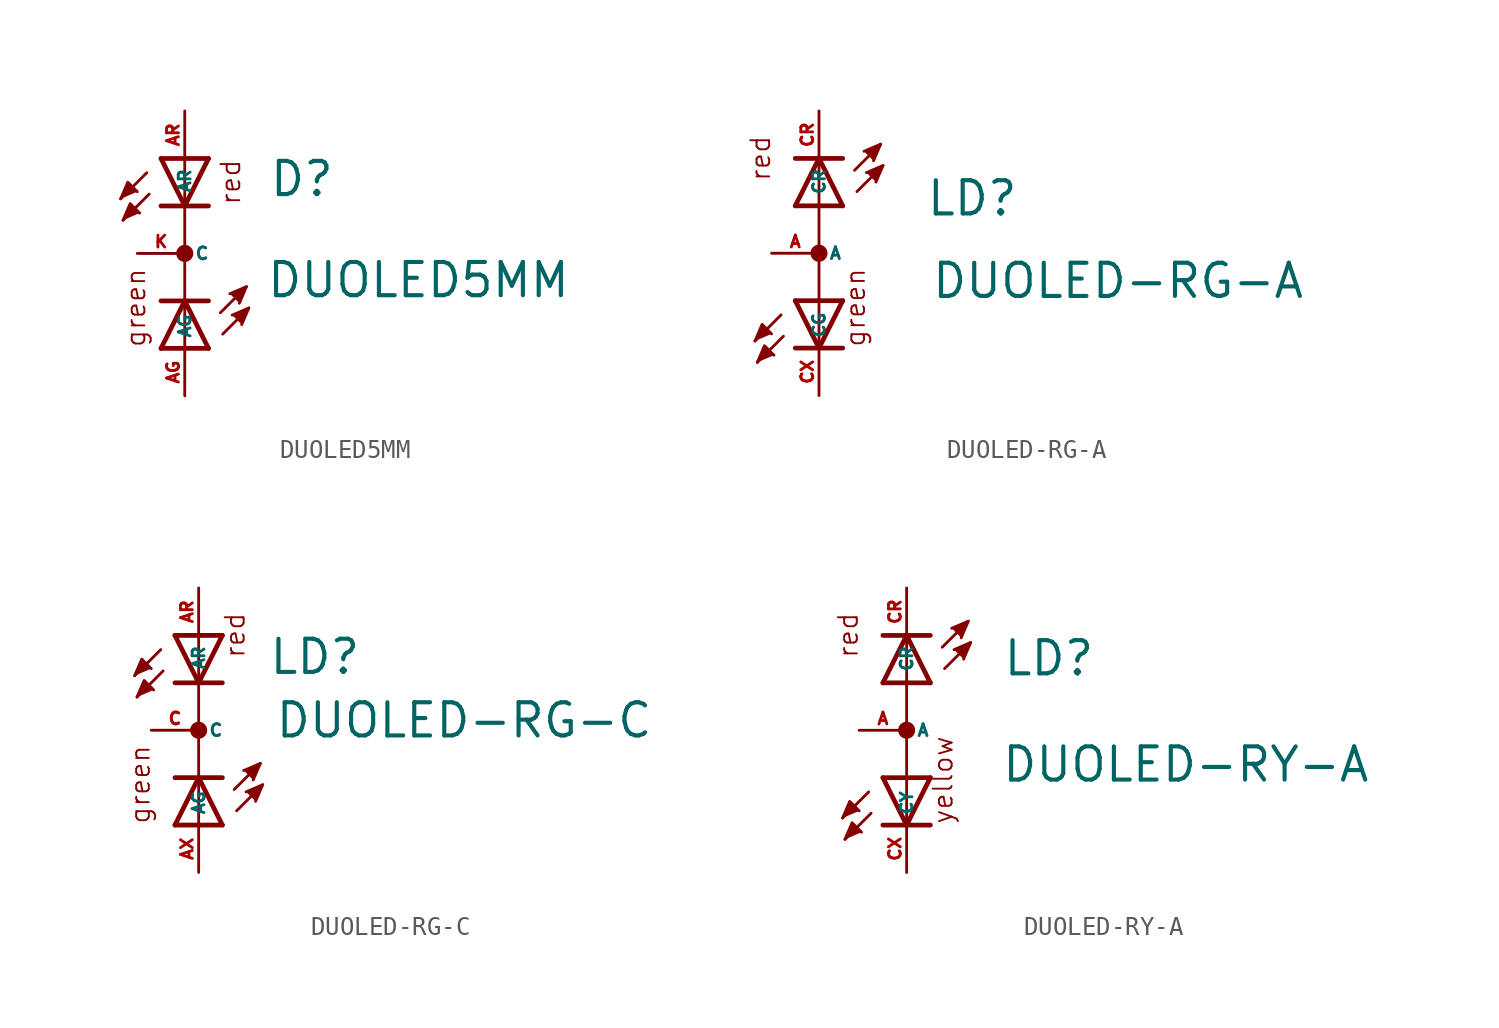
<source format=kicad_sym>
(kicad_symbol_lib
  (version 20220914)
  (generator kicad_symbol_editor)
  (symbol "DUOLED5MM"
    (property "Reference" "D"
      (at 4.47 2.946 0)
      (effects (font (size 1.778 1.778) (thickness 0.22)) (justify left bottom)))
    (property "Value" "DUOLED5MM"
      (at 4.318 -2.464 0)
      (effects (font (size 1.778 1.778) (thickness 0.22)) (justify left bottom)))
    (symbol "DUOLED5MM_1_1"
      (polyline (pts (xy -2.032 4.318) (xy -3.429 2.921)) (stroke (width 0.152) (type default)) (fill (type none)))
      (polyline (pts (xy -1.905 3.175) (xy -3.302 1.778)) (stroke (width 0.152) (type default)) (fill (type none)))
      (polyline (pts (xy -1.27 -5.08) (xy 0 -5.08)) (stroke (width 0.254) (type default)) (fill (type none)))
      (polyline (pts (xy -1.27 -5.08) (xy 0 -2.54)) (stroke (width 0.254) (type default)) (fill (type none)))
      (polyline (pts (xy -1.27 -2.54) (xy 0 -2.54)) (stroke (width 0.254) (type default)) (fill (type none)))
      (polyline (pts (xy 0 -5.08) (xy 0 -2.54)) (stroke (width 0.152) (type default)) (fill (type none)))
      (polyline (pts (xy 0 -5.08) (xy 1.27 -5.08)) (stroke (width 0.254) (type default)) (fill (type none)))
      (polyline (pts (xy 0 -2.54) (xy 1.27 -5.08)) (stroke (width 0.254) (type default)) (fill (type none)))
      (polyline (pts (xy 0 -2.54) (xy 1.27 -2.54)) (stroke (width 0.254) (type default)) (fill (type none)))
      (polyline (pts (xy 0 2.54) (xy -1.27 2.54)) (stroke (width 0.254) (type default)) (fill (type none)))
      (polyline (pts (xy 0 2.54) (xy -1.27 5.08)) (stroke (width 0.254) (type default)) (fill (type none)))
      (polyline (pts (xy 0 2.54) (xy 0 -2.54)) (stroke (width 0.152) (type default)) (fill (type none)))
      (polyline (pts (xy 0 5.08) (xy -1.27 5.08)) (stroke (width 0.254) (type default)) (fill (type none)))
      (polyline (pts (xy 0 5.08) (xy 0 2.54)) (stroke (width 0.152) (type default)) (fill (type none)))
      (polyline (pts (xy 1.27 2.54) (xy 0 2.54)) (stroke (width 0.254) (type default)) (fill (type none)))
      (polyline (pts (xy 1.27 5.08) (xy 0 2.54)) (stroke (width 0.254) (type default)) (fill (type none)))
      (polyline (pts (xy 1.27 5.08) (xy 0 5.08)) (stroke (width 0.254) (type default)) (fill (type none)))
      (polyline (pts (xy 1.905 -3.175) (xy 3.302 -1.778)) (stroke (width 0.152) (type default)) (fill (type none)))
      (polyline (pts (xy 2.032 -4.318) (xy 3.429 -2.921)) (stroke (width 0.152) (type default)) (fill (type none)))
      (polyline (pts (xy -3.429 2.921) (xy -3.048 3.81) (xy -2.54 3.302)) (stroke (width 0.152) (type default)) (fill (type outline)))
      (polyline (pts (xy -3.302 1.778) (xy -2.921 2.667) (xy -2.413 2.159)) (stroke (width 0.152) (type default)) (fill (type outline)))
      (polyline (pts (xy 2.413 -2.159) (xy 3.302 -1.778) (xy 2.921 -2.667)) (stroke (width 0.152) (type default)) (fill (type outline)))
      (polyline (pts (xy 2.54 -3.302) (xy 3.429 -2.921) (xy 3.048 -3.81)) (stroke (width 0.152) (type default)) (fill (type outline)))
      (circle (center 0 0) (radius 0.254) (stroke (width 0.406) (type default)) (fill (type none)))
      (text "green" (at -2.032 -5.08 900) (effects (font (size 1.016 1.016) (thickness 0.1)) (justify left bottom)))
      (text "red" (at 3.048 2.54 900) (effects (font (size 1.016 1.016) (thickness 0.1)) (justify left bottom)))
      (pin passive line (at 0 -7.62 90) (length 2.54) (name "AG" (effects (font (size 0.635 0.635)))) (number "AG" (effects (font (size 0.635 0.635)))))
      (pin passive line (at 0 7.62 270) (length 2.54) (name "AR" (effects (font (size 0.635 0.635)))) (number "AR" (effects (font (size 0.635 0.635)))))
      (pin passive line (at -2.54 0 0) (length 2.54) (name "C" (effects (font (size 0.635 0.635)))) (number "K" (effects (font (size 0.635 0.635)))))))
  (symbol "DUOLED-RG-A"
    (property "Reference" "LD"
      (at 5.69 1.905 0)
      (effects (font (size 1.778 1.778) (thickness 0.22)) (justify left bottom)))
    (property "Value" "DUOLED-RG-A"
      (at 5.969 -2.515 0)
      (effects (font (size 1.778 1.778) (thickness 0.22)) (justify left bottom)))
    (symbol "DUOLED-RG-A_1_1"
      (polyline (pts (xy -2.032 -3.302) (xy -3.429 -4.699)) (stroke (width 0.152) (type default)) (fill (type none)))
      (polyline (pts (xy -1.905 -4.445) (xy -3.302 -5.842)) (stroke (width 0.152) (type default)) (fill (type none)))
      (polyline (pts (xy -1.27 2.54) (xy 0 5.08)) (stroke (width 0.254) (type default)) (fill (type none)))
      (polyline (pts (xy -1.27 2.54) (xy 1.27 2.54)) (stroke (width 0.254) (type default)) (fill (type none)))
      (polyline (pts (xy -1.27 5.08) (xy 0 5.08)) (stroke (width 0.254) (type default)) (fill (type none)))
      (polyline (pts (xy 0 -5.08) (xy -1.27 -5.08)) (stroke (width 0.254) (type default)) (fill (type none)))
      (polyline (pts (xy 0 -5.08) (xy -1.27 -2.54)) (stroke (width 0.254) (type default)) (fill (type none)))
      (polyline (pts (xy 0 -5.08) (xy 0 -2.54)) (stroke (width 0.152) (type default)) (fill (type none)))
      (polyline (pts (xy 0 -2.54) (xy -1.27 -2.54)) (stroke (width 0.254) (type default)) (fill (type none)))
      (polyline (pts (xy 0 5.08) (xy 0 -2.54)) (stroke (width 0.152) (type default)) (fill (type none)))
      (polyline (pts (xy 0 5.08) (xy 1.27 2.54)) (stroke (width 0.254) (type default)) (fill (type none)))
      (polyline (pts (xy 0 5.08) (xy 1.27 5.08)) (stroke (width 0.254) (type default)) (fill (type none)))
      (polyline (pts (xy 1.27 -5.08) (xy 0 -5.08)) (stroke (width 0.254) (type default)) (fill (type none)))
      (polyline (pts (xy 1.27 -2.54) (xy 0 -5.08)) (stroke (width 0.254) (type default)) (fill (type none)))
      (polyline (pts (xy 1.27 -2.54) (xy 0 -2.54)) (stroke (width 0.254) (type default)) (fill (type none)))
      (polyline (pts (xy 1.905 4.445) (xy 3.302 5.842)) (stroke (width 0.152) (type default)) (fill (type none)))
      (polyline (pts (xy 2.032 3.302) (xy 3.429 4.699)) (stroke (width 0.152) (type default)) (fill (type none)))
      (polyline (pts (xy -3.429 -4.699) (xy -3.048 -3.81) (xy -2.54 -4.318)) (stroke (width 0.152) (type default)) (fill (type outline)))
      (polyline (pts (xy -3.302 -5.842) (xy -2.921 -4.953) (xy -2.413 -5.461)) (stroke (width 0.152) (type default)) (fill (type outline)))
      (polyline (pts (xy 2.413 5.461) (xy 3.302 5.842) (xy 2.921 4.953)) (stroke (width 0.152) (type default)) (fill (type outline)))
      (polyline (pts (xy 2.54 4.318) (xy 3.429 4.699) (xy 3.048 3.81)) (stroke (width 0.152) (type default)) (fill (type outline)))
      (circle (center 0 0) (radius 0.254) (stroke (width 0.406) (type default)) (fill (type none)))
      (text "green" (at 2.54 -5.08 900) (effects (font (size 1.016 1.016) (thickness 0.1)) (justify left bottom)))
      (text "red" (at -2.54 3.81 900) (effects (font (size 1.016 1.016) (thickness 0.1)) (justify left bottom)))
      (pin passive line (at -2.54 0 0) (length 2.54) (name "A" (effects (font (size 0.635 0.635)))) (number "A" (effects (font (size 0.635 0.635)))))
      (pin passive line (at 0 7.62 270) (length 2.54) (name "CR" (effects (font (size 0.635 0.635)))) (number "CR" (effects (font (size 0.635 0.635)))))
      (pin passive line (at 0 -7.62 90) (length 2.54) (name "CG" (effects (font (size 0.635 0.635)))) (number "CX" (effects (font (size 0.635 0.635)))))))
  (symbol "DUOLED-RG-C"
    (property "Reference" "LD"
      (at 3.708 2.896 0)
      (effects (font (size 1.778 1.778) (thickness 0.22)) (justify left bottom)))
    (property "Value" "DUOLED-RG-C"
      (at 4.039 -0.508 0)
      (effects (font (size 1.778 1.778) (thickness 0.22)) (justify left bottom)))
    (symbol "DUOLED-RG-C_1_1"
      (polyline (pts (xy -2.032 4.318) (xy -3.429 2.921)) (stroke (width 0.152) (type default)) (fill (type none)))
      (polyline (pts (xy -1.905 3.175) (xy -3.302 1.778)) (stroke (width 0.152) (type default)) (fill (type none)))
      (polyline (pts (xy -1.27 -5.08) (xy 0 -5.08)) (stroke (width 0.254) (type default)) (fill (type none)))
      (polyline (pts (xy -1.27 -5.08) (xy 0 -2.54)) (stroke (width 0.254) (type default)) (fill (type none)))
      (polyline (pts (xy -1.27 -2.54) (xy 0 -2.54)) (stroke (width 0.254) (type default)) (fill (type none)))
      (polyline (pts (xy 0 -5.08) (xy 0 -2.54)) (stroke (width 0.152) (type default)) (fill (type none)))
      (polyline (pts (xy 0 -5.08) (xy 1.27 -5.08)) (stroke (width 0.254) (type default)) (fill (type none)))
      (polyline (pts (xy 0 -2.54) (xy 1.27 -5.08)) (stroke (width 0.254) (type default)) (fill (type none)))
      (polyline (pts (xy 0 -2.54) (xy 1.27 -2.54)) (stroke (width 0.254) (type default)) (fill (type none)))
      (polyline (pts (xy 0 2.54) (xy -1.27 2.54)) (stroke (width 0.254) (type default)) (fill (type none)))
      (polyline (pts (xy 0 2.54) (xy -1.27 5.08)) (stroke (width 0.254) (type default)) (fill (type none)))
      (polyline (pts (xy 0 2.54) (xy 0 -2.54)) (stroke (width 0.152) (type default)) (fill (type none)))
      (polyline (pts (xy 0 5.08) (xy -1.27 5.08)) (stroke (width 0.254) (type default)) (fill (type none)))
      (polyline (pts (xy 0 5.08) (xy 0 2.54)) (stroke (width 0.152) (type default)) (fill (type none)))
      (polyline (pts (xy 1.27 2.54) (xy 0 2.54)) (stroke (width 0.254) (type default)) (fill (type none)))
      (polyline (pts (xy 1.27 5.08) (xy 0 2.54)) (stroke (width 0.254) (type default)) (fill (type none)))
      (polyline (pts (xy 1.27 5.08) (xy 0 5.08)) (stroke (width 0.254) (type default)) (fill (type none)))
      (polyline (pts (xy 1.905 -3.175) (xy 3.302 -1.778)) (stroke (width 0.152) (type default)) (fill (type none)))
      (polyline (pts (xy 2.032 -4.318) (xy 3.429 -2.921)) (stroke (width 0.152) (type default)) (fill (type none)))
      (polyline (pts (xy -3.429 2.921) (xy -3.048 3.81) (xy -2.54 3.302)) (stroke (width 0.152) (type default)) (fill (type outline)))
      (polyline (pts (xy -3.302 1.778) (xy -2.921 2.667) (xy -2.413 2.159)) (stroke (width 0.152) (type default)) (fill (type outline)))
      (polyline (pts (xy 2.413 -2.159) (xy 3.302 -1.778) (xy 2.921 -2.667)) (stroke (width 0.152) (type default)) (fill (type outline)))
      (polyline (pts (xy 2.54 -3.302) (xy 3.429 -2.921) (xy 3.048 -3.81)) (stroke (width 0.152) (type default)) (fill (type outline)))
      (circle (center 0 0) (radius 0.254) (stroke (width 0.406) (type default)) (fill (type none)))
      (text "green" (at -2.54 -5.08 900) (effects (font (size 1.016 1.016) (thickness 0.1)) (justify left bottom)))
      (text "red" (at 2.54 3.81 900) (effects (font (size 1.016 1.016) (thickness 0.1)) (justify left bottom)))
      (pin passive line (at 0 7.62 270) (length 2.54) (name "AR" (effects (font (size 0.635 0.635)))) (number "AR" (effects (font (size 0.635 0.635)))))
      (pin passive line (at 0 -7.62 90) (length 2.54) (name "AG" (effects (font (size 0.635 0.635)))) (number "AX" (effects (font (size 0.635 0.635)))))
      (pin passive line (at -2.54 0 0) (length 2.54) (name "C" (effects (font (size 0.635 0.635)))) (number "C" (effects (font (size 0.635 0.635)))))))
  (symbol "DUOLED-RY-A"
    (property "Reference" "LD"
      (at 5.105 2.819 0)
      (effects (font (size 1.778 1.778) (thickness 0.22)) (justify left bottom)))
    (property "Value" "DUOLED-RY-A"
      (at 5.029 -2.87 0)
      (effects (font (size 1.778 1.778) (thickness 0.22)) (justify left bottom)))
    (symbol "DUOLED-RY-A_1_1"
      (polyline (pts (xy -2.032 -3.302) (xy -3.429 -4.699)) (stroke (width 0.152) (type default)) (fill (type none)))
      (polyline (pts (xy -1.905 -4.445) (xy -3.302 -5.842)) (stroke (width 0.152) (type default)) (fill (type none)))
      (polyline (pts (xy -1.27 2.54) (xy 0 5.08)) (stroke (width 0.254) (type default)) (fill (type none)))
      (polyline (pts (xy -1.27 2.54) (xy 1.27 2.54)) (stroke (width 0.254) (type default)) (fill (type none)))
      (polyline (pts (xy -1.27 5.08) (xy 0 5.08)) (stroke (width 0.254) (type default)) (fill (type none)))
      (polyline (pts (xy 0 -5.08) (xy -1.27 -5.08)) (stroke (width 0.254) (type default)) (fill (type none)))
      (polyline (pts (xy 0 -5.08) (xy -1.27 -2.54)) (stroke (width 0.254) (type default)) (fill (type none)))
      (polyline (pts (xy 0 -5.08) (xy 0 -2.54)) (stroke (width 0.152) (type default)) (fill (type none)))
      (polyline (pts (xy 0 -2.54) (xy -1.27 -2.54)) (stroke (width 0.254) (type default)) (fill (type none)))
      (polyline (pts (xy 0 5.08) (xy 0 -2.54)) (stroke (width 0.152) (type default)) (fill (type none)))
      (polyline (pts (xy 0 5.08) (xy 1.27 2.54)) (stroke (width 0.254) (type default)) (fill (type none)))
      (polyline (pts (xy 0 5.08) (xy 1.27 5.08)) (stroke (width 0.254) (type default)) (fill (type none)))
      (polyline (pts (xy 1.27 -5.08) (xy 0 -5.08)) (stroke (width 0.254) (type default)) (fill (type none)))
      (polyline (pts (xy 1.27 -2.54) (xy 0 -5.08)) (stroke (width 0.254) (type default)) (fill (type none)))
      (polyline (pts (xy 1.27 -2.54) (xy 0 -2.54)) (stroke (width 0.254) (type default)) (fill (type none)))
      (polyline (pts (xy 1.905 4.445) (xy 3.302 5.842)) (stroke (width 0.152) (type default)) (fill (type none)))
      (polyline (pts (xy 2.032 3.302) (xy 3.429 4.699)) (stroke (width 0.152) (type default)) (fill (type none)))
      (polyline (pts (xy -3.429 -4.699) (xy -3.048 -3.81) (xy -2.54 -4.318)) (stroke (width 0.152) (type default)) (fill (type outline)))
      (polyline (pts (xy -3.302 -5.842) (xy -2.921 -4.953) (xy -2.413 -5.461)) (stroke (width 0.152) (type default)) (fill (type outline)))
      (polyline (pts (xy 2.413 5.461) (xy 3.302 5.842) (xy 2.921 4.953)) (stroke (width 0.152) (type default)) (fill (type outline)))
      (polyline (pts (xy 2.54 4.318) (xy 3.429 4.699) (xy 3.048 3.81)) (stroke (width 0.152) (type default)) (fill (type outline)))
      (circle (center 0 0) (radius 0.254) (stroke (width 0.406) (type default)) (fill (type none)))
      (text "red" (at -2.54 3.81 900) (effects (font (size 1.016 1.016) (thickness 0.1)) (justify left bottom)))
      (text "yellow" (at 2.54 -5.08 900) (effects (font (size 1.016 1.016) (thickness 0.1)) (justify left bottom)))
      (pin passive line (at -2.54 0 0) (length 2.54) (name "A" (effects (font (size 0.635 0.635)))) (number "A" (effects (font (size 0.635 0.635)))))
      (pin passive line (at 0 7.62 270) (length 2.54) (name "CR" (effects (font (size 0.635 0.635)))) (number "CR" (effects (font (size 0.635 0.635)))))
      (pin passive line (at 0 -7.62 90) (length 2.54) (name "CY" (effects (font (size 0.635 0.635)))) (number "CX" (effects (font (size 0.635 0.635))))))))
</source>
